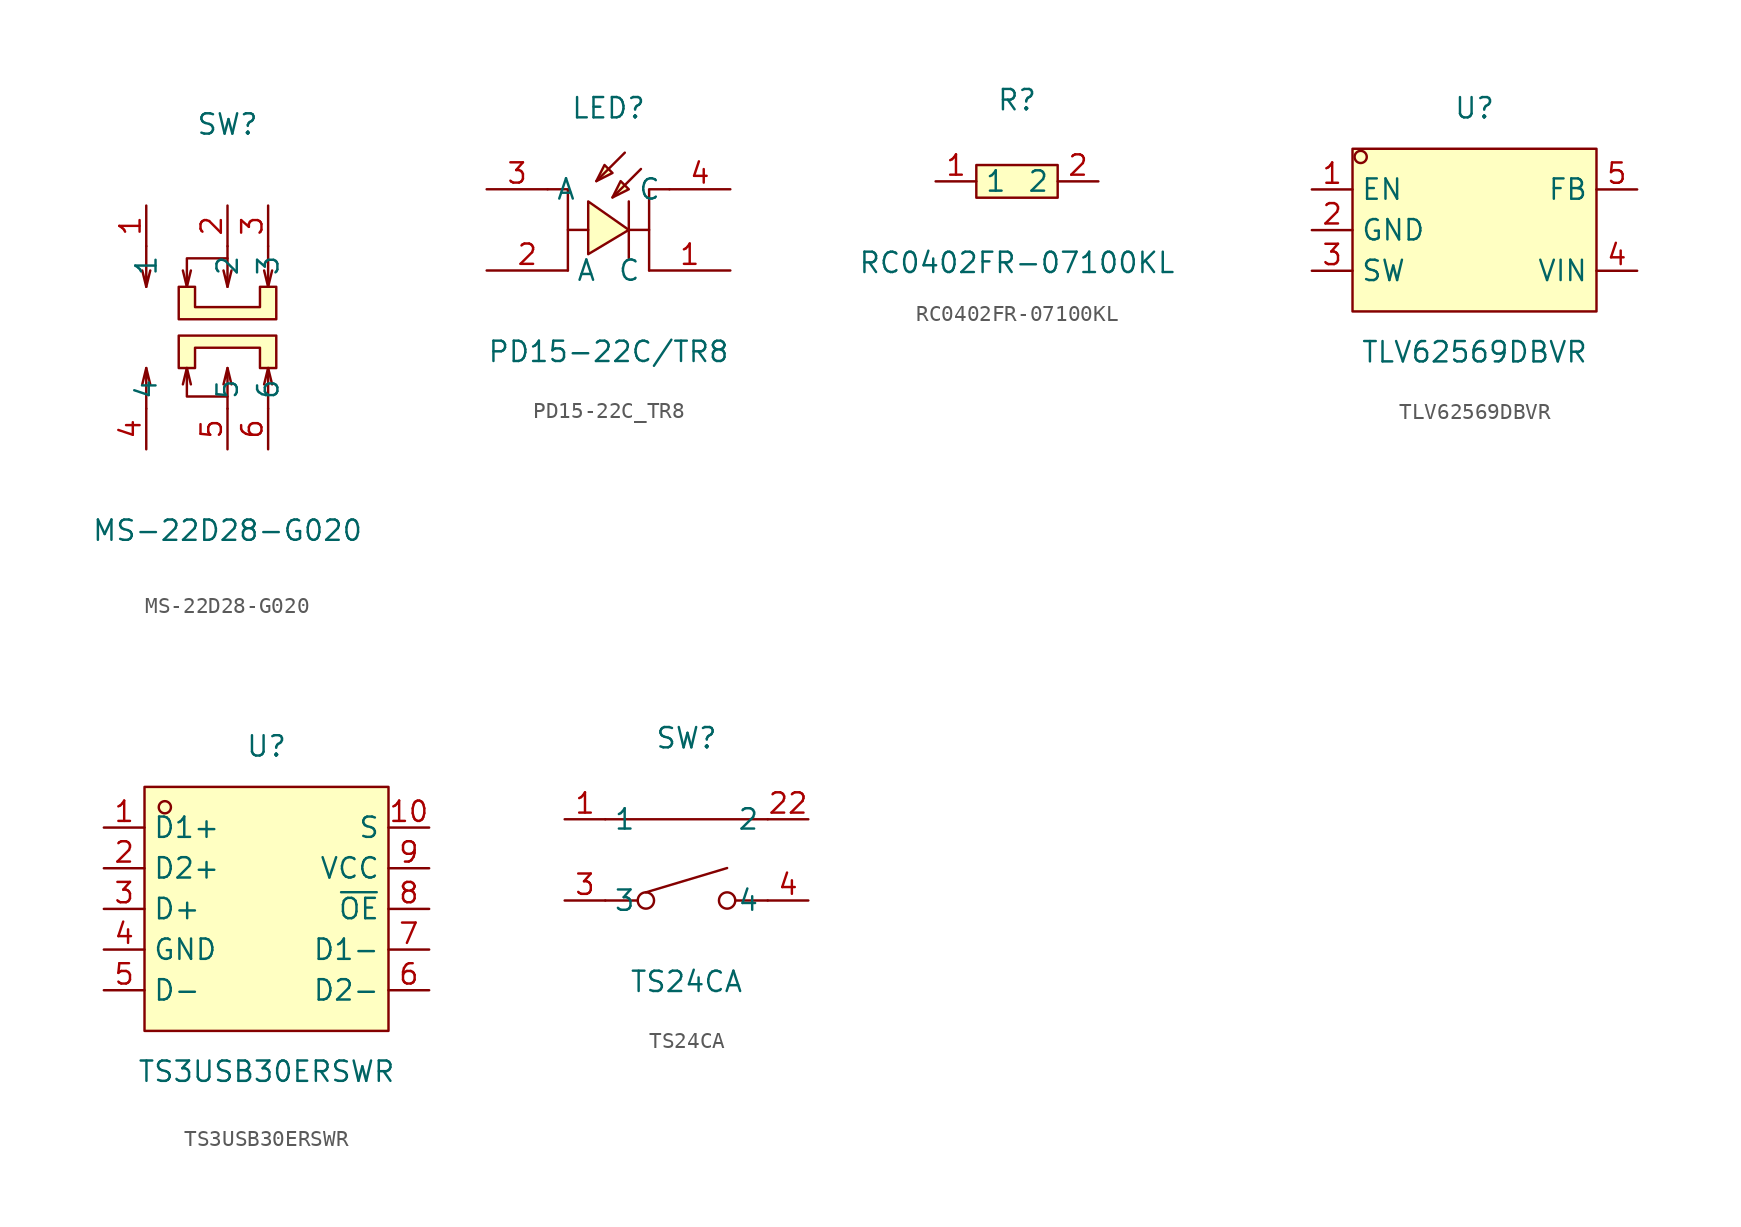
<source format=kicad_sym>
(kicad_symbol_lib
  (version 20241209)
  (generator "kicad_symbol_editor")
  (generator_version "9.0")
  (symbol "MS-22D28-G020"
    (property "Reference" "SW"
      (at 0 12.7 0)
      (effects (font (size 1.27 1.27))))
    (property "Value" "MS-22D28-G020"
      (at 0 -12.7 0)
      (effects (font (size 1.27 1.27))))
    (symbol "MS-22D28-G020_0_1"
      (polyline (pts (xy -5.08 5.08) (xy -5.08 2.54) (xy -4.83 3.56)) (stroke (width 0) (type default)) (fill (type none)))
      (polyline (pts (xy -5.08 2.54) (xy -5.33 3.56)) (stroke (width 0) (type default)) (fill (type none)))
      (polyline (pts (xy -5.08 -2.54) (xy -5.33 -3.56)) (stroke (width 0) (type default)) (fill (type none)))
      (polyline (pts (xy -5.08 -5.08) (xy -5.08 -2.54) (xy -4.83 -3.56)) (stroke (width 0) (type default)) (fill (type none)))
      (polyline (pts (xy -3.05 1.27) (xy -3.05 2.54) (xy -2.03 2.54) (xy -2.03 1.27) (xy 2.03 1.27) (xy 2.03 2.54) (xy 3.05 2.54) (xy 3.05 0.51) (xy -3.05 0.51) (xy -3.05 1.27)) (stroke (width 0) (type default)) (fill (type background)))
      (polyline (pts (xy -3.05 -1.27) (xy -3.05 -2.54) (xy -2.03 -2.54) (xy -2.03 -1.27) (xy 2.03 -1.27) (xy 2.03 -2.54) (xy 3.05 -2.54) (xy 3.05 -0.51) (xy -3.05 -0.51) (xy -3.05 -1.27)) (stroke (width 0) (type default)) (fill (type background)))
      (polyline (pts (xy -2.54 2.54) (xy -2.79 3.56)) (stroke (width 0) (type default)) (fill (type none)))
      (polyline (pts (xy -2.54 2.54) (xy -2.29 3.56)) (stroke (width 0) (type default)) (fill (type none)))
      (polyline (pts (xy -2.54 2.54) (xy -2.54 4.32) (xy 0 4.32)) (stroke (width 0) (type default)) (fill (type none)))
      (polyline (pts (xy -2.54 -2.54) (xy -2.79 -3.56)) (stroke (width 0) (type default)) (fill (type none)))
      (polyline (pts (xy -2.54 -2.54) (xy -2.29 -3.56)) (stroke (width 0) (type default)) (fill (type none)))
      (polyline (pts (xy -2.54 -2.54) (xy -2.54 -4.32) (xy 0 -4.32)) (stroke (width 0) (type default)) (fill (type none)))
      (polyline (pts (xy 0 5.08) (xy 0 2.54) (xy -0.25 3.56)) (stroke (width 0) (type default)) (fill (type none)))
      (polyline (pts (xy 0 2.54) (xy 0.25 3.56)) (stroke (width 0) (type default)) (fill (type none)))
      (polyline (pts (xy 0 -2.54) (xy 0.25 -3.56)) (stroke (width 0) (type default)) (fill (type none)))
      (polyline (pts (xy 0 -5.08) (xy 0 -2.54) (xy -0.25 -3.56)) (stroke (width 0) (type default)) (fill (type none)))
      (polyline (pts (xy 2.54 2.54) (xy 2.29 3.56)) (stroke (width 0) (type default)) (fill (type none)))
      (polyline (pts (xy 2.54 2.54) (xy 2.54 5.08)) (stroke (width 0) (type default)) (fill (type none)))
      (polyline (pts (xy 2.54 2.54) (xy 2.79 3.56)) (stroke (width 0) (type default)) (fill (type none)))
      (polyline (pts (xy 2.54 -2.54) (xy 2.29 -3.56)) (stroke (width 0) (type default)) (fill (type none)))
      (polyline (pts (xy 2.54 -2.54) (xy 2.54 -5.08)) (stroke (width 0) (type default)) (fill (type none)))
      (polyline (pts (xy 2.54 -2.54) (xy 2.79 -3.56)) (stroke (width 0) (type default)) (fill (type none)))
      (pin unspecified line (at -5.08 7.62 270) (length 2.54) (name "1" (effects (font (size 1.27 1.27)))) (number "1" (effects (font (size 1.27 1.27)))))
      (pin unspecified line (at -5.08 -7.62 90) (length 2.54) (name "4" (effects (font (size 1.27 1.27)))) (number "4" (effects (font (size 1.27 1.27)))))
      (pin unspecified line (at 0 7.62 270) (length 2.54) (name "2" (effects (font (size 1.27 1.27)))) (number "2" (effects (font (size 1.27 1.27)))))
      (pin unspecified line (at 0 -7.62 90) (length 2.54) (name "5" (effects (font (size 1.27 1.27)))) (number "5" (effects (font (size 1.27 1.27)))))
      (pin unspecified line (at 2.54 7.62 270) (length 2.54) (name "3" (effects (font (size 1.27 1.27)))) (number "3" (effects (font (size 1.27 1.27)))))
      (pin unspecified line (at 2.54 -7.62 90) (length 2.54) (name "6" (effects (font (size 1.27 1.27)))) (number "6" (effects (font (size 1.27 1.27)))))))
  (symbol "PD15-22C_TR8"
    (property "Reference" "LED"
      (at 0 7.62 0)
      (effects (font (size 1.27 1.27))))
    (property "Value" "PD15-22C/TR8"
      (at 0 -7.62 0)
      (effects (font (size 1.27 1.27))))
    (symbol "PD15-22C_TR8_0_1"
      (polyline (pts (xy -3.81 2.54) (xy -2.54 2.54) (xy -2.54 -2.54)) (stroke (width 0) (type default)) (fill (type none)))
      (polyline (pts (xy -2.54 0) (xy -1.27 0)) (stroke (width 0) (type default)) (fill (type none)))
      (polyline (pts (xy -1.27 -1.52) (xy 1.27 0) (xy -1.27 1.78) (xy -1.27 -1.52)) (stroke (width 0) (type default)) (fill (type background)))
      (polyline (pts (xy -0.76 3.05) (xy 0.25 3.56) (xy -0.25 4.06) (xy -0.76 3.05)) (stroke (width 0) (type default)) (fill (type background)))
      (polyline (pts (xy 0.25 2.03) (xy 1.27 2.54) (xy 0.76 3.05) (xy 0.25 2.03)) (stroke (width 0) (type default)) (fill (type background)))
      (polyline (pts (xy 1.02 4.83) (xy -0.76 3.05)) (stroke (width 0) (type default)) (fill (type none)))
      (polyline (pts (xy 1.27 -1.78) (xy 1.27 1.78)) (stroke (width 0) (type default)) (fill (type none)))
      (polyline (pts (xy 2.03 3.81) (xy 0.25 2.03)) (stroke (width 0) (type default)) (fill (type none)))
      (polyline (pts (xy 2.54 0) (xy 1.27 0)) (stroke (width 0) (type default)) (fill (type none)))
      (polyline (pts (xy 3.81 2.54) (xy 2.54 2.54) (xy 2.54 -2.54) (xy 2.54 -2.29)) (stroke (width 0) (type default)) (fill (type none)))
      (pin unspecified line (at -7.62 2.54 0) (length 3.81) (name "A" (effects (font (size 1.27 1.27)))) (number "3" (effects (font (size 1.27 1.27)))))
      (pin unspecified line (at -7.62 -2.54 0) (length 5.08) (name "A" (effects (font (size 1.27 1.27)))) (number "2" (effects (font (size 1.27 1.27)))))
      (pin unspecified line (at 7.62 2.54 180) (length 3.81) (name "C" (effects (font (size 1.27 1.27)))) (number "4" (effects (font (size 1.27 1.27)))))
      (pin unspecified line (at 7.62 -2.54 180) (length 5.08) (name "C" (effects (font (size 1.27 1.27)))) (number "1" (effects (font (size 1.27 1.27)))))))
  (symbol "RC0402FR-07100KL"
    (property "Reference" "R"
      (at 0 5.08 0)
      (effects (font (size 1.27 1.27))))
    (property "Value" "RC0402FR-07100KL"
      (at 0 -5.08 0)
      (effects (font (size 1.27 1.27))))
    (symbol "RC0402FR-07100KL_0_1"
      (rectangle (start -2.54 1.02) (end 2.54 -1.02) (stroke (width 0) (type default)) (fill (type background)))
      (pin input line (at -5.08 0 0) (length 2.54) (name "1" (effects (font (size 1.27 1.27)))) (number "1" (effects (font (size 1.27 1.27)))))
      (pin input line (at 5.08 0 180) (length 2.54) (name "2" (effects (font (size 1.27 1.27)))) (number "2" (effects (font (size 1.27 1.27)))))))
  (symbol "TLV62569DBVR"
    (property "Reference" "U"
      (at 0 7.62 0)
      (effects (font (size 1.27 1.27))))
    (property "Value" "TLV62569DBVR"
      (at 0 -7.62 0)
      (effects (font (size 1.27 1.27))))
    (symbol "TLV62569DBVR_0_1"
      (rectangle (start -7.62 5.08) (end 7.62 -5.08) (stroke (width 0) (type default)) (fill (type background)))
      (circle (center -7.11 4.57) (radius 0.38) (stroke (width 0) (type default)) (fill (type none)))
      (pin unspecified line (at -10.16 2.54 0) (length 2.54) (name "EN" (effects (font (size 1.27 1.27)))) (number "1" (effects (font (size 1.27 1.27)))))
      (pin unspecified line (at -10.16 0 0) (length 2.54) (name "GND" (effects (font (size 1.27 1.27)))) (number "2" (effects (font (size 1.27 1.27)))))
      (pin unspecified line (at -10.16 -2.54 0) (length 2.54) (name "SW" (effects (font (size 1.27 1.27)))) (number "3" (effects (font (size 1.27 1.27)))))
      (pin unspecified line (at 10.16 2.54 180) (length 2.54) (name "FB" (effects (font (size 1.27 1.27)))) (number "5" (effects (font (size 1.27 1.27)))))
      (pin unspecified line (at 10.16 -2.54 180) (length 2.54) (name "VIN" (effects (font (size 1.27 1.27)))) (number "4" (effects (font (size 1.27 1.27)))))))
  (symbol "TS3USB30ERSWR"
    (property "Reference" "U"
      (at 0 10.16 0)
      (effects (font (size 1.27 1.27))))
    (property "Value" "TS3USB30ERSWR"
      (at 0 -10.16 0)
      (effects (font (size 1.27 1.27))))
    (symbol "TS3USB30ERSWR_0_1"
      (rectangle (start -7.62 7.62) (end 7.62 -7.62) (stroke (width 0) (type default)) (fill (type background)))
      (circle (center -6.35 6.35) (radius 0.38) (stroke (width 0) (type default)) (fill (type none)))
      (pin unspecified line (at -10.16 5.08 0) (length 2.54) (name "D1+" (effects (font (size 1.27 1.27)))) (number "1" (effects (font (size 1.27 1.27)))))
      (pin unspecified line (at -10.16 2.54 0) (length 2.54) (name "D2+" (effects (font (size 1.27 1.27)))) (number "2" (effects (font (size 1.27 1.27)))))
      (pin unspecified line (at -10.16 0 0) (length 2.54) (name "D+" (effects (font (size 1.27 1.27)))) (number "3" (effects (font (size 1.27 1.27)))))
      (pin unspecified line (at -10.16 -2.54 0) (length 2.54) (name "GND" (effects (font (size 1.27 1.27)))) (number "4" (effects (font (size 1.27 1.27)))))
      (pin unspecified line (at -10.16 -5.08 0) (length 2.54) (name "D-" (effects (font (size 1.27 1.27)))) (number "5" (effects (font (size 1.27 1.27)))))
      (pin unspecified line (at 10.16 5.08 180) (length 2.54) (name "S" (effects (font (size 1.27 1.27)))) (number "10" (effects (font (size 1.27 1.27)))))
      (pin unspecified line (at 10.16 2.54 180) (length 2.54) (name "VCC" (effects (font (size 1.27 1.27)))) (number "9" (effects (font (size 1.27 1.27)))))
      (pin unspecified line (at 10.16 0 180) (length 2.54) (name "~{OE}" (effects (font (size 1.27 1.27)))) (number "8" (effects (font (size 1.27 1.27)))))
      (pin unspecified line (at 10.16 -2.54 180) (length 2.54) (name "D1-" (effects (font (size 1.27 1.27)))) (number "7" (effects (font (size 1.27 1.27)))))
      (pin unspecified line (at 10.16 -5.08 180) (length 2.54) (name "D2-" (effects (font (size 1.27 1.27)))) (number "6" (effects (font (size 1.27 1.27)))))))
  (symbol "TS24CA"
    (property "Reference" "SW"
      (at 0 7.62 0)
      (effects (font (size 1.27 1.27))))
    (property "Value" "TS24CA"
      (at 0 -7.62 0)
      (effects (font (size 1.27 1.27))))
    (symbol "TS24CA_0_1"
      (polyline (pts (xy -5.08 2.54) (xy 5.08 2.54)) (stroke (width 0) (type default)) (fill (type none)))
      (polyline (pts (xy -3.05 -2.54) (xy -5.08 -2.54)) (stroke (width 0) (type default)) (fill (type none)))
      (polyline (pts (xy -2.54 -2.03) (xy 2.54 -0.51) (xy 2.54 -0.51)) (stroke (width 0) (type default)) (fill (type none)))
      (circle (center -2.54 -2.54) (radius 0.51) (stroke (width 0) (type default)) (fill (type none)))
      (circle (center 2.54 -2.54) (radius 0.51) (stroke (width 0) (type default)) (fill (type none)))
      (polyline (pts (xy 3.05 -2.54) (xy 5.08 -2.54)) (stroke (width 0) (type default)) (fill (type none)))
      (pin unspecified line (at -7.62 2.54 0) (length 2.54) (name "1" (effects (font (size 1.27 1.27)))) (number "1" (effects (font (size 1.27 1.27)))))
      (pin unspecified line (at -7.62 -2.54 0) (length 2.54) (name "3" (effects (font (size 1.27 1.27)))) (number "3" (effects (font (size 1.27 1.27)))))
      (pin unspecified line (at 7.62 2.54 180) (length 2.54) (name "2" (effects (font (size 1.27 1.27)))) (number "22" (effects (font (size 1.27 1.27)))))
      (pin unspecified line (at 7.62 -2.54 180) (length 2.54) (name "4" (effects (font (size 1.27 1.27)))) (number "4" (effects (font (size 1.27 1.27))))))))
</source>
